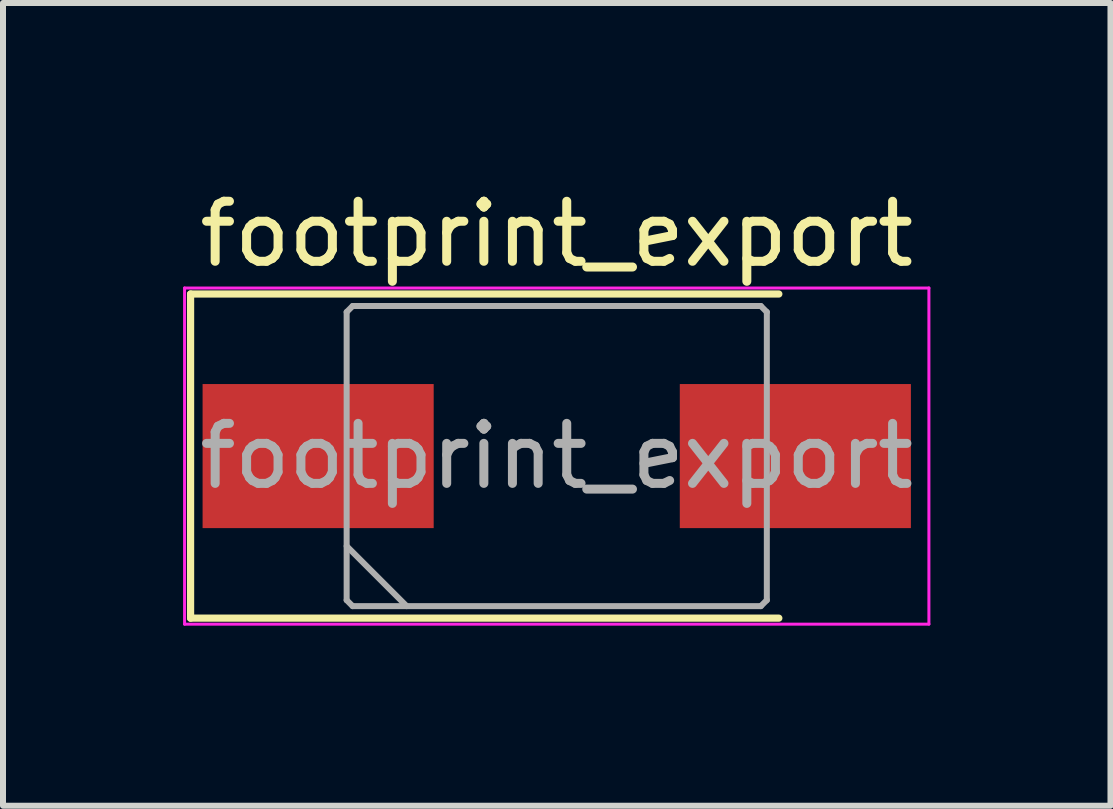
<source format=kicad_pcb>
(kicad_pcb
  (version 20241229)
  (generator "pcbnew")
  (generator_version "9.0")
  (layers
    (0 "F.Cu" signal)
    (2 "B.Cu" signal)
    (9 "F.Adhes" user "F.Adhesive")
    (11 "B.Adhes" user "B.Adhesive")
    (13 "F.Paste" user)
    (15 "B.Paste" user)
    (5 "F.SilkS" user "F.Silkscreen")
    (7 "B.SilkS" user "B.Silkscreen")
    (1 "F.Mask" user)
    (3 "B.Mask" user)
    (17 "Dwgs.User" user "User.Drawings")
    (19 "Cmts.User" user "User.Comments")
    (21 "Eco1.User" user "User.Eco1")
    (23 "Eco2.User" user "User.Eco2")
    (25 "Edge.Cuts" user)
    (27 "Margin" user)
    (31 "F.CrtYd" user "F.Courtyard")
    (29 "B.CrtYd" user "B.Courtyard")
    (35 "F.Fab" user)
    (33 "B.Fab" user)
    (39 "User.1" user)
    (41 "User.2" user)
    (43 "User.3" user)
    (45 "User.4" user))
  (footprint "footprint_export"
    (layer "F.Cu")
    (at 6.225 4.548)
    (property "Reference" "footprint_export" (at 0 -3.7 0) (layer "F.SilkS") (effects (font (size 1 1) (thickness 0.15))))
    (attr smd)
    (fp_line (start -6.1 -2.7) (end -6.1 2.7) (stroke (width 0.12) (type solid)) (layer "F.SilkS"))
    (fp_line (start -6.1 2.7) (end 3.7 2.7) (stroke (width 0.12) (type solid)) (layer "F.SilkS"))
    (fp_line (start 3.7 -2.7) (end -6.1 -2.7) (stroke (width 0.12) (type solid)) (layer "F.SilkS"))
    (fp_line (start -6.2 -2.8) (end -6.2 2.8) (stroke (width 0.05) (type solid)) (layer "F.CrtYd"))
    (fp_line (start -6.2 2.8) (end 6.2 2.8) (stroke (width 0.05) (type solid)) (layer "F.CrtYd"))
    (fp_line (start 6.2 -2.8) (end -6.2 -2.8) (stroke (width 0.05) (type solid)) (layer "F.CrtYd"))
    (fp_line (start 6.2 2.8) (end 6.2 -2.8) (stroke (width 0.05) (type solid)) (layer "F.CrtYd"))
    (fp_line (start -3.5 -2.4) (end -3.4 -2.5) (stroke (width 0.1) (type solid)) (layer "F.Fab"))
    (fp_line (start -3.5 1.5) (end -2.5 2.5) (stroke (width 0.1) (type solid)) (layer "F.Fab"))
    (fp_line (start -3.5 2.4) (end -3.5 -2.4) (stroke (width 0.1) (type solid)) (layer "F.Fab"))
    (fp_line (start -3.4 -2.5) (end 3.4 -2.5) (stroke (width 0.1) (type solid)) (layer "F.Fab"))
    (fp_line (start -3.4 2.5) (end -3.5 2.4) (stroke (width 0.1) (type solid)) (layer "F.Fab"))
    (fp_line (start 3.4 -2.5) (end 3.5 -2.4) (stroke (width 0.1) (type solid)) (layer "F.Fab"))
    (fp_line (start 3.4 2.5) (end -3.4 2.5) (stroke (width 0.1) (type solid)) (layer "F.Fab"))
    (fp_line (start 3.5 -2.4) (end 3.5 2.4) (stroke (width 0.1) (type solid)) (layer "F.Fab"))
    (fp_line (start 3.5 2.4) (end 3.4 2.5) (stroke (width 0.1) (type solid)) (layer "F.Fab"))
    (fp_text user "${REFERENCE}" (at 0 0 0) (layer "F.Fab") (effects (font (size 1 1) (thickness 0.15))))
    (pad "1" smd rect (at -3.975 0) (size 3.85 2.4) (layers "F.Cu" "F.Mask" "F.Paste"))
    (pad "2" smd rect (at 3.975 0) (size 3.85 2.4) (layers "F.Cu" "F.Mask" "F.Paste")))
  (gr_rect
    (start -3 -3)
    (end 15.45 10.373)
    (stroke (width 0.1) (type default))
    (fill no)
    (layer "Edge.Cuts")))
</source>
